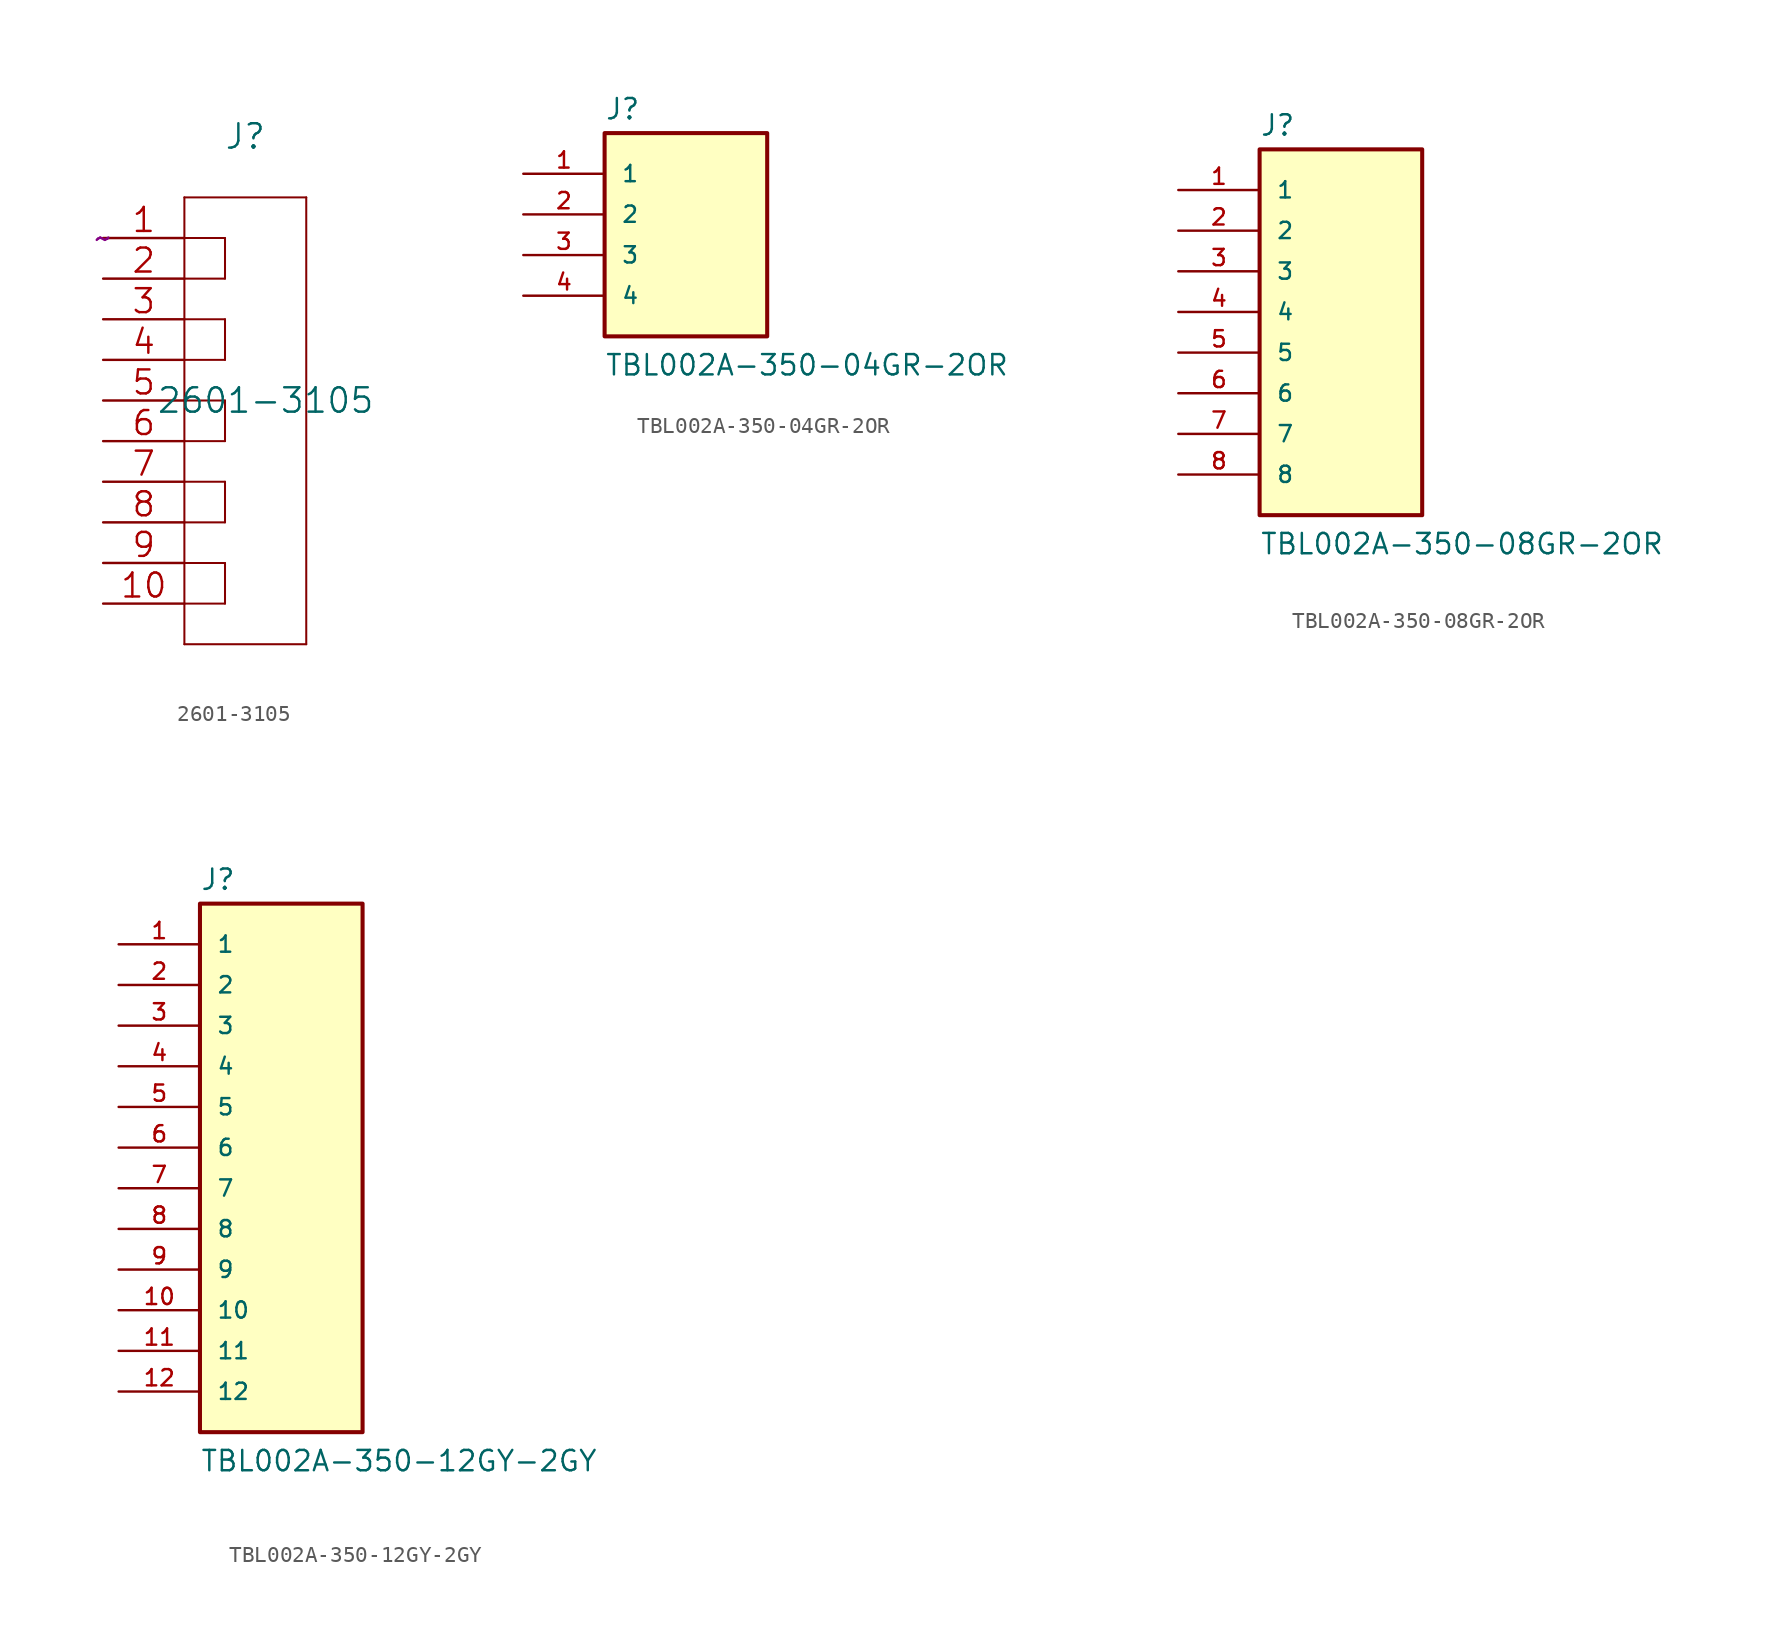
<source format=kicad_sym>
(kicad_symbol_lib
  (version 20211014)
  (generator kicad_symbol_editor)
  (symbol "2601-3105"
    (pin_names
      (offset 0.254) hide)
    (property "Reference" "J"
      (at 8.89 6.35 0)
      (effects (font (size 1.524 1.524))))
    (property "Value" "2601-3105"
      (at 10.16 -10.16 0)
      (effects (font (size 1.524 1.524))))
    (property "Datasheet" "~"
      (at 0.00 0.00 0)
      (effects (font (size 1.524 1.524))))
    (symbol "2601-3105_0_0"
      (polyline (pts (xy 5.080 2.540) (xy 5.080 -25.400)) (stroke (width 0.127) (type default)) (fill (type none)))
      (polyline (pts (xy 5.080 -25.400) (xy 12.700 -25.400)) (stroke (width 0.127) (type default)) (fill (type none)))
      (polyline (pts (xy 12.700 -25.400) (xy 12.700 2.540)) (stroke (width 0.127) (type default)) (fill (type none)))
      (polyline (pts (xy 12.700 2.540) (xy 5.080 2.540)) (stroke (width 0.127) (type default)) (fill (type none)))
      (polyline (pts (xy 5.080 0.000) (xy 7.620 0.000)) (stroke (width 0.127) (type default)) (fill (type none)))
      (polyline (pts (xy 7.620 0.000) (xy 7.620 -2.540)) (stroke (width 0.127) (type default)) (fill (type none)))
      (polyline (pts (xy 5.080 -2.540) (xy 7.620 -2.540)) (stroke (width 0.127) (type default)) (fill (type none)))
      (polyline (pts (xy 5.080 -5.080) (xy 7.620 -5.080)) (stroke (width 0.127) (type default)) (fill (type none)))
      (polyline (pts (xy 7.620 -5.080) (xy 7.620 -7.620)) (stroke (width 0.127) (type default)) (fill (type none)))
      (polyline (pts (xy 5.080 -7.620) (xy 7.620 -7.620)) (stroke (width 0.127) (type default)) (fill (type none)))
      (polyline (pts (xy 5.080 -10.160) (xy 7.620 -10.160)) (stroke (width 0.127) (type default)) (fill (type none)))
      (polyline (pts (xy 7.620 -10.160) (xy 7.620 -12.700)) (stroke (width 0.127) (type default)) (fill (type none)))
      (polyline (pts (xy 5.080 -12.700) (xy 7.620 -12.700)) (stroke (width 0.127) (type default)) (fill (type none)))
      (polyline (pts (xy 5.080 -15.240) (xy 7.620 -15.240)) (stroke (width 0.127) (type default)) (fill (type none)))
      (polyline (pts (xy 7.620 -15.240) (xy 7.620 -17.780)) (stroke (width 0.127) (type default)) (fill (type none)))
      (polyline (pts (xy 5.080 -17.780) (xy 7.620 -17.780)) (stroke (width 0.127) (type default)) (fill (type none)))
      (polyline (pts (xy 5.080 -20.320) (xy 7.620 -20.320)) (stroke (width 0.127) (type default)) (fill (type none)))
      (polyline (pts (xy 7.620 -20.320) (xy 7.620 -22.860)) (stroke (width 0.127) (type default)) (fill (type none)))
      (polyline (pts (xy 5.080 -22.860) (xy 7.620 -22.860)) (stroke (width 0.127) (type default)) (fill (type none)))
      (pin unspecified line (at 0.000 0.000 0) (length 5.080) (name "1" (effects (font (size 1.499 1.499)))) (number "1" (effects (font (size 1.499 1.499)))))
      (pin unspecified line (at 0.000 -2.540 0) (length 5.080) (name "2" (effects (font (size 1.499 1.499)))) (number "2" (effects (font (size 1.499 1.499)))))
      (pin unspecified line (at 0.000 -5.080 0) (length 5.080) (name "3" (effects (font (size 1.499 1.499)))) (number "3" (effects (font (size 1.499 1.499)))))
      (pin unspecified line (at 0.000 -7.620 0) (length 5.080) (name "4" (effects (font (size 1.499 1.499)))) (number "4" (effects (font (size 1.499 1.499)))))
      (pin unspecified line (at 0.000 -10.160 0) (length 5.080) (name "5" (effects (font (size 1.499 1.499)))) (number "5" (effects (font (size 1.499 1.499)))))
      (pin unspecified line (at 0.000 -12.700 0) (length 5.080) (name "6" (effects (font (size 1.499 1.499)))) (number "6" (effects (font (size 1.499 1.499)))))
      (pin unspecified line (at 0.000 -15.240 0) (length 5.080) (name "7" (effects (font (size 1.499 1.499)))) (number "7" (effects (font (size 1.499 1.499)))))
      (pin unspecified line (at 0.000 -17.780 0) (length 5.080) (name "8" (effects (font (size 1.499 1.499)))) (number "8" (effects (font (size 1.499 1.499)))))
      (pin unspecified line (at 0.000 -20.320 0) (length 5.080) (name "9" (effects (font (size 1.499 1.499)))) (number "9" (effects (font (size 1.499 1.499)))))
      (pin unspecified line (at 0.000 -22.860 0) (length 5.080) (name "10" (effects (font (size 1.499 1.499)))) (number "10" (effects (font (size 1.499 1.499)))))))
  (symbol "TBL002A-350-04GR-2OR"
    (pin_names
      (offset 1.016))
    (property "Reference" "J"
      (at -5.08 5.842 0)
      (effects (font (size 1.27 1.27)) (justify bottom left)))
    (property "Value" "TBL002A-350-04GR-2OR"
      (at -5.08 -10.16 0)
      (effects (font (size 1.27 1.27)) (justify bottom left)))
    (symbol "TBL002A-350-04GR-2OR_0_0"
      (rectangle (start -5.08 -7.62) (end 5.08 5.08) (stroke (width 0.254)) (fill (type background)))
      (pin passive line (at -10.16 2.54 0) (length 5.08) (name "1" (effects (font (size 1.016 1.016)))) (number "1" (effects (font (size 1.016 1.016)))))
      (pin passive line (at -10.16 0.0 0) (length 5.08) (name "2" (effects (font (size 1.016 1.016)))) (number "2" (effects (font (size 1.016 1.016)))))
      (pin passive line (at -10.16 -2.54 0) (length 5.08) (name "3" (effects (font (size 1.016 1.016)))) (number "3" (effects (font (size 1.016 1.016)))))
      (pin passive line (at -10.16 -5.08 0) (length 5.08) (name "4" (effects (font (size 1.016 1.016)))) (number "4" (effects (font (size 1.016 1.016)))))))
  (symbol "TBL002A-350-08GR-2OR"
    (pin_names
      (offset 1.016))
    (property "Reference" "J"
      (at -5.08 10.922 0)
      (effects (font (size 1.27 1.27)) (justify bottom left)))
    (property "Value" "TBL002A-350-08GR-2OR"
      (at -5.08 -15.24 0)
      (effects (font (size 1.27 1.27)) (justify bottom left)))
    (symbol "TBL002A-350-08GR-2OR_0_0"
      (rectangle (start -5.08 -12.7) (end 5.08 10.16) (stroke (width 0.254)) (fill (type background)))
      (pin passive line (at -10.16 7.62 0) (length 5.08) (name "1" (effects (font (size 1.016 1.016)))) (number "1" (effects (font (size 1.016 1.016)))))
      (pin passive line (at -10.16 5.08 0) (length 5.08) (name "2" (effects (font (size 1.016 1.016)))) (number "2" (effects (font (size 1.016 1.016)))))
      (pin passive line (at -10.16 2.54 0) (length 5.08) (name "3" (effects (font (size 1.016 1.016)))) (number "3" (effects (font (size 1.016 1.016)))))
      (pin passive line (at -10.16 0.0 0) (length 5.08) (name "4" (effects (font (size 1.016 1.016)))) (number "4" (effects (font (size 1.016 1.016)))))
      (pin passive line (at -10.16 -2.54 0) (length 5.08) (name "5" (effects (font (size 1.016 1.016)))) (number "5" (effects (font (size 1.016 1.016)))))
      (pin passive line (at -10.16 -5.08 0) (length 5.08) (name "6" (effects (font (size 1.016 1.016)))) (number "6" (effects (font (size 1.016 1.016)))))
      (pin passive line (at -10.16 -7.62 0) (length 5.08) (name "7" (effects (font (size 1.016 1.016)))) (number "7" (effects (font (size 1.016 1.016)))))
      (pin passive line (at -10.16 -10.16 0) (length 5.08) (name "8" (effects (font (size 1.016 1.016)))) (number "8" (effects (font (size 1.016 1.016)))))))
  (symbol "TBL002A-350-12GY-2GY"
    (pin_names
      (offset 1.016))
    (property "Reference" "J"
      (at -5.08 16.002 0)
      (effects (font (size 1.27 1.27)) (justify bottom left)))
    (property "Value" "TBL002A-350-12GY-2GY"
      (at -5.08 -20.32 0)
      (effects (font (size 1.27 1.27)) (justify bottom left)))
    (symbol "TBL002A-350-12GY-2GY_0_0"
      (rectangle (start -5.08 -17.78) (end 5.08 15.24) (stroke (width 0.254)) (fill (type background)))
      (pin passive line (at -10.16 12.7 0) (length 5.08) (name "1" (effects (font (size 1.016 1.016)))) (number "1" (effects (font (size 1.016 1.016)))))
      (pin passive line (at -10.16 10.16 0) (length 5.08) (name "2" (effects (font (size 1.016 1.016)))) (number "2" (effects (font (size 1.016 1.016)))))
      (pin passive line (at -10.16 7.62 0) (length 5.08) (name "3" (effects (font (size 1.016 1.016)))) (number "3" (effects (font (size 1.016 1.016)))))
      (pin passive line (at -10.16 5.08 0) (length 5.08) (name "4" (effects (font (size 1.016 1.016)))) (number "4" (effects (font (size 1.016 1.016)))))
      (pin passive line (at -10.16 2.54 0) (length 5.08) (name "5" (effects (font (size 1.016 1.016)))) (number "5" (effects (font (size 1.016 1.016)))))
      (pin passive line (at -10.16 0.0 0) (length 5.08) (name "6" (effects (font (size 1.016 1.016)))) (number "6" (effects (font (size 1.016 1.016)))))
      (pin passive line (at -10.16 -2.54 0) (length 5.08) (name "7" (effects (font (size 1.016 1.016)))) (number "7" (effects (font (size 1.016 1.016)))))
      (pin passive line (at -10.16 -5.08 0) (length 5.08) (name "8" (effects (font (size 1.016 1.016)))) (number "8" (effects (font (size 1.016 1.016)))))
      (pin passive line (at -10.16 -7.62 0) (length 5.08) (name "9" (effects (font (size 1.016 1.016)))) (number "9" (effects (font (size 1.016 1.016)))))
      (pin passive line (at -10.16 -10.16 0) (length 5.08) (name "10" (effects (font (size 1.016 1.016)))) (number "10" (effects (font (size 1.016 1.016)))))
      (pin passive line (at -10.16 -12.7 0) (length 5.08) (name "11" (effects (font (size 1.016 1.016)))) (number "11" (effects (font (size 1.016 1.016)))))
      (pin passive line (at -10.16 -15.24 0) (length 5.08) (name "12" (effects (font (size 1.016 1.016)))) (number "12" (effects (font (size 1.016 1.016))))))))
</source>
